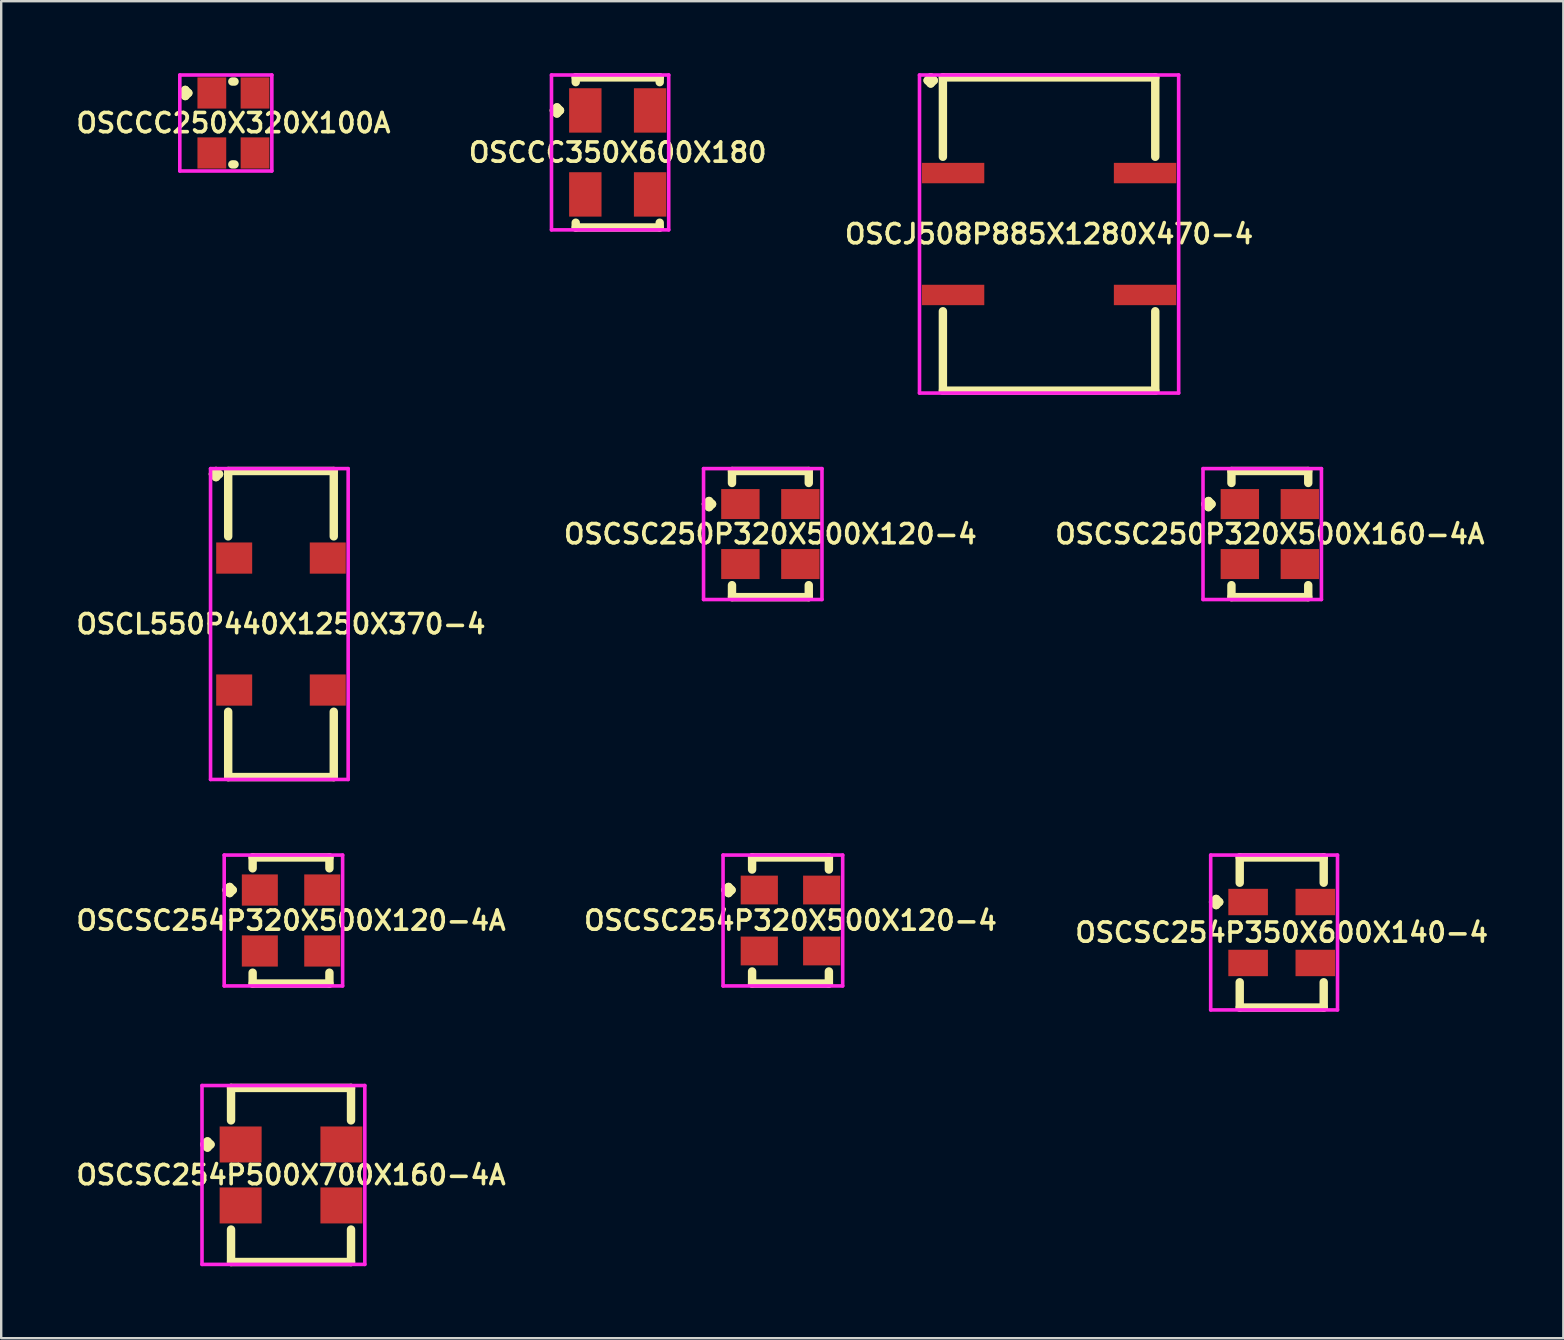
<source format=kicad_pcb>
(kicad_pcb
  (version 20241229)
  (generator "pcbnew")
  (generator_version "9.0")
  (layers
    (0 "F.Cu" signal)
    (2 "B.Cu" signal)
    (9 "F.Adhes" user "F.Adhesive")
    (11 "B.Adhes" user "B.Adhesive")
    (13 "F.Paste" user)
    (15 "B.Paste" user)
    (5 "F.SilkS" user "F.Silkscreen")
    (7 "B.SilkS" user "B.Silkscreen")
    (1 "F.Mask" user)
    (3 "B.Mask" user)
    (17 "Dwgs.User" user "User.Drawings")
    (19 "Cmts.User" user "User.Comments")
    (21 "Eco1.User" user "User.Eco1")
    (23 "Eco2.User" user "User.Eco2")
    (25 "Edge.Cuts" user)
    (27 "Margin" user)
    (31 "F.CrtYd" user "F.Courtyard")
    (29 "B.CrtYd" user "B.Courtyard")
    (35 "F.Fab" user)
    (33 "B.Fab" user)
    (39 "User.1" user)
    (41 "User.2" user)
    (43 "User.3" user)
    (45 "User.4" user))
  (footprint "OSCL550P440X1250X370-4"
    (layer "F.Cu")
    (at 8.659 22.956)
    (property "Reference" "OSCL550P440X1250X370-4" (at 0 0 0) (layer "F.SilkS") (effects (font (size 0.8 0.8) (thickness 0.15))))
    (attr smd)
    (fp_line (start -2.835 -6.25) (end -2.708 -6.377) (stroke (width 0.35) (type solid)) (layer "F.SilkS"))
    (fp_line (start -2.708 -6.377) (end -2.581 -6.25) (stroke (width 0.35) (type solid)) (layer "F.SilkS"))
    (fp_line (start -2.708 -6.123) (end -2.835 -6.25) (stroke (width 0.35) (type solid)) (layer "F.SilkS"))
    (fp_line (start -2.581 -6.25) (end -2.708 -6.123) (stroke (width 0.35) (type solid)) (layer "F.SilkS"))
    (fp_line (start -2.2 -6.377) (end 2.2 -6.377) (stroke (width 0.35) (type solid)) (layer "F.SilkS"))
    (fp_line (start -2.2 -3.654) (end -2.2 -6.377) (stroke (width 0.35) (type solid)) (layer "F.SilkS"))
    (fp_line (start -2.2 3.654) (end -2.2 6.377) (stroke (width 0.35) (type solid)) (layer "F.SilkS"))
    (fp_line (start -2.2 6.377) (end 2.2 6.377) (stroke (width 0.35) (type solid)) (layer "F.SilkS"))
    (fp_line (start 2.2 -6.377) (end 2.2 -3.654) (stroke (width 0.35) (type solid)) (layer "F.SilkS"))
    (fp_line (start 2.2 6.377) (end 2.2 3.654) (stroke (width 0.35) (type solid)) (layer "F.SilkS"))
    (fp_line (start -2.935 -6.477) (end 2.8 -6.477) (stroke (width 0.15) (type solid)) (layer "F.CrtYd"))
    (fp_line (start -2.935 6.477) (end -2.935 -6.477) (stroke (width 0.15) (type solid)) (layer "F.CrtYd"))
    (fp_line (start 2.8 -6.477) (end 2.8 6.477) (stroke (width 0.15) (type solid)) (layer "F.CrtYd"))
    (fp_line (start 2.8 6.477) (end -2.935 6.477) (stroke (width 0.15) (type solid)) (layer "F.CrtYd"))
    (pad "1" smd rect (at -1.95 -2.75) (size 1.5 1.3) (layers "F.Cu" "F.Mask" "F.Paste"))
    (pad "2" smd rect (at -1.95 2.75) (size 1.5 1.3) (layers "F.Cu" "F.Mask" "F.Paste"))
    (pad "3" smd rect (at 1.95 2.75) (size 1.5 1.3) (layers "F.Cu" "F.Mask" "F.Paste"))
    (pad "4" smd rect (at 1.95 -2.75) (size 1.5 1.3) (layers "F.Cu" "F.Mask" "F.Paste")))
  (footprint "OSCJ508P885X1280X470-4"
    (layer "F.Cu")
    (at 40.668 6.702)
    (property "Reference" "OSCJ508P885X1280X470-4" (at 0 0 0) (layer "F.SilkS") (effects (font (size 0.8 0.8) (thickness 0.15))))
    (attr smd)
    (fp_line (start -5.06 -6.4) (end -4.933 -6.527) (stroke (width 0.35) (type solid)) (layer "F.SilkS"))
    (fp_line (start -4.933 -6.527) (end -4.806 -6.4) (stroke (width 0.35) (type solid)) (layer "F.SilkS"))
    (fp_line (start -4.933 -6.273) (end -5.06 -6.4) (stroke (width 0.35) (type solid)) (layer "F.SilkS"))
    (fp_line (start -4.806 -6.4) (end -4.933 -6.273) (stroke (width 0.35) (type solid)) (layer "F.SilkS"))
    (fp_line (start -4.425 -6.527) (end 4.425 -6.527) (stroke (width 0.35) (type solid)) (layer "F.SilkS"))
    (fp_line (start -4.425 -3.219) (end -4.425 -6.527) (stroke (width 0.35) (type solid)) (layer "F.SilkS"))
    (fp_line (start -4.425 3.219) (end -4.425 6.527) (stroke (width 0.35) (type solid)) (layer "F.SilkS"))
    (fp_line (start -4.425 6.527) (end 4.425 6.527) (stroke (width 0.35) (type solid)) (layer "F.SilkS"))
    (fp_line (start 4.425 -6.527) (end 4.425 -3.219) (stroke (width 0.35) (type solid)) (layer "F.SilkS"))
    (fp_line (start 4.425 6.527) (end 4.425 3.219) (stroke (width 0.35) (type solid)) (layer "F.SilkS"))
    (fp_line (start -5.4 -6.627) (end 5.4 -6.627) (stroke (width 0.15) (type solid)) (layer "F.CrtYd"))
    (fp_line (start -5.4 6.627) (end -5.4 -6.627) (stroke (width 0.15) (type solid)) (layer "F.CrtYd"))
    (fp_line (start 5.4 -6.627) (end 5.4 6.627) (stroke (width 0.15) (type solid)) (layer "F.CrtYd"))
    (fp_line (start 5.4 6.627) (end -5.4 6.627) (stroke (width 0.15) (type solid)) (layer "F.CrtYd"))
    (pad "1" smd rect (at -4 -2.54) (size 2.6 0.85) (layers "F.Cu" "F.Mask" "F.Paste"))
    (pad "2" smd rect (at -4 2.54) (size 2.6 0.85) (layers "F.Cu" "F.Mask" "F.Paste"))
    (pad "3" smd rect (at 4 2.54) (size 2.6 0.85) (layers "F.Cu" "F.Mask" "F.Paste"))
    (pad "4" smd rect (at 4 -2.54) (size 2.6 0.85) (layers "F.Cu" "F.Mask" "F.Paste")))
  (footprint "OSCSC254P350X600X140-4"
    (layer "F.Cu")
    (at 50.363 35.81)
    (property "Reference" "OSCSC254P350X600X140-4" (at 0 0 0) (layer "F.SilkS") (effects (font (size 0.8 0.8) (thickness 0.15))))
    (attr smd)
    (fp_line (start -2.86 -1.27) (end -2.733 -1.397) (stroke (width 0.35) (type solid)) (layer "F.SilkS"))
    (fp_line (start -2.733 -1.397) (end -2.606 -1.27) (stroke (width 0.35) (type solid)) (layer "F.SilkS"))
    (fp_line (start -2.733 -1.143) (end -2.86 -1.27) (stroke (width 0.35) (type solid)) (layer "F.SilkS"))
    (fp_line (start -2.606 -1.27) (end -2.733 -1.143) (stroke (width 0.35) (type solid)) (layer "F.SilkS"))
    (fp_line (start -1.75 -3.127) (end 1.75 -3.127) (stroke (width 0.35) (type solid)) (layer "F.SilkS"))
    (fp_line (start -1.75 -2.074) (end -1.75 -3.127) (stroke (width 0.35) (type solid)) (layer "F.SilkS"))
    (fp_line (start -1.75 2.074) (end -1.75 3.127) (stroke (width 0.35) (type solid)) (layer "F.SilkS"))
    (fp_line (start -1.75 3.127) (end 1.75 3.127) (stroke (width 0.35) (type solid)) (layer "F.SilkS"))
    (fp_line (start 1.75 -3.127) (end 1.75 -2.074) (stroke (width 0.35) (type solid)) (layer "F.SilkS"))
    (fp_line (start 1.75 3.127) (end 1.75 2.074) (stroke (width 0.35) (type solid)) (layer "F.SilkS"))
    (fp_line (start -2.96 -3.227) (end 2.325 -3.227) (stroke (width 0.15) (type solid)) (layer "F.CrtYd"))
    (fp_line (start -2.96 3.227) (end -2.96 -3.227) (stroke (width 0.15) (type solid)) (layer "F.CrtYd"))
    (fp_line (start 2.325 -3.227) (end 2.325 3.227) (stroke (width 0.15) (type solid)) (layer "F.CrtYd"))
    (fp_line (start 2.325 3.227) (end -2.96 3.227) (stroke (width 0.15) (type solid)) (layer "F.CrtYd"))
    (pad "1" smd rect (at -1.4 -1.27) (size 1.65 1.1) (layers "F.Cu" "F.Mask" "F.Paste"))
    (pad "2" smd rect (at -1.4 1.27) (size 1.65 1.1) (layers "F.Cu" "F.Mask" "F.Paste"))
    (pad "3" smd rect (at 1.4 1.27) (size 1.65 1.1) (layers "F.Cu" "F.Mask" "F.Paste"))
    (pad "4" smd rect (at 1.4 -1.27) (size 1.65 1.1) (layers "F.Cu" "F.Mask" "F.Paste")))
  (footprint "OSCSC250P320X500X120-4"
    (layer "F.Cu")
    (at 29.054 19.206)
    (property "Reference" "OSCSC250P320X500X120-4" (at 0 0 0) (layer "F.SilkS") (effects (font (size 0.8 0.8) (thickness 0.15))))
    (attr smd)
    (fp_line (start -2.685 -1.25) (end -2.558 -1.377) (stroke (width 0.35) (type solid)) (layer "F.SilkS"))
    (fp_line (start -2.558 -1.377) (end -2.431 -1.25) (stroke (width 0.35) (type solid)) (layer "F.SilkS"))
    (fp_line (start -2.558 -1.123) (end -2.685 -1.25) (stroke (width 0.35) (type solid)) (layer "F.SilkS"))
    (fp_line (start -2.431 -1.25) (end -2.558 -1.123) (stroke (width 0.35) (type solid)) (layer "F.SilkS"))
    (fp_line (start -1.6 -2.627) (end 1.6 -2.627) (stroke (width 0.35) (type solid)) (layer "F.SilkS"))
    (fp_line (start -1.6 -2.129) (end -1.6 -2.627) (stroke (width 0.35) (type solid)) (layer "F.SilkS"))
    (fp_line (start -1.6 2.129) (end -1.6 2.627) (stroke (width 0.35) (type solid)) (layer "F.SilkS"))
    (fp_line (start -1.6 2.627) (end 1.6 2.627) (stroke (width 0.35) (type solid)) (layer "F.SilkS"))
    (fp_line (start 1.6 -2.627) (end 1.6 -2.129) (stroke (width 0.35) (type solid)) (layer "F.SilkS"))
    (fp_line (start 1.6 2.627) (end 1.6 2.129) (stroke (width 0.35) (type solid)) (layer "F.SilkS"))
    (fp_line (start -2.785 -2.727) (end 2.15 -2.727) (stroke (width 0.15) (type solid)) (layer "F.CrtYd"))
    (fp_line (start -2.785 2.727) (end -2.785 -2.727) (stroke (width 0.15) (type solid)) (layer "F.CrtYd"))
    (fp_line (start 2.15 -2.727) (end 2.15 2.727) (stroke (width 0.15) (type solid)) (layer "F.CrtYd"))
    (fp_line (start 2.15 2.727) (end -2.785 2.727) (stroke (width 0.15) (type solid)) (layer "F.CrtYd"))
    (pad "1" smd rect (at -1.25 -1.25) (size 1.6 1.25) (layers "F.Cu" "F.Mask" "F.Paste"))
    (pad "2" smd rect (at -1.25 1.25) (size 1.6 1.25) (layers "F.Cu" "F.Mask" "F.Paste"))
    (pad "3" smd rect (at 1.25 1.25) (size 1.6 1.25) (layers "F.Cu" "F.Mask" "F.Paste"))
    (pad "4" smd rect (at 1.25 -1.25) (size 1.6 1.25) (layers "F.Cu" "F.Mask" "F.Paste")))
  (footprint "OSCSC250P320X500X160-4A"
    (layer "F.Cu")
    (at 49.868 19.206)
    (property "Reference" "OSCSC250P320X500X160-4A" (at 0 0 0) (layer "F.SilkS") (effects (font (size 0.8 0.8) (thickness 0.15))))
    (attr smd)
    (fp_line (start -2.685 -1.25) (end -2.558 -1.377) (stroke (width 0.35) (type solid)) (layer "F.SilkS"))
    (fp_line (start -2.558 -1.377) (end -2.431 -1.25) (stroke (width 0.35) (type solid)) (layer "F.SilkS"))
    (fp_line (start -2.558 -1.123) (end -2.685 -1.25) (stroke (width 0.35) (type solid)) (layer "F.SilkS"))
    (fp_line (start -2.431 -1.25) (end -2.558 -1.123) (stroke (width 0.35) (type solid)) (layer "F.SilkS"))
    (fp_line (start -1.6 -2.627) (end 1.6 -2.627) (stroke (width 0.35) (type solid)) (layer "F.SilkS"))
    (fp_line (start -1.6 -2.129) (end -1.6 -2.627) (stroke (width 0.35) (type solid)) (layer "F.SilkS"))
    (fp_line (start -1.6 2.129) (end -1.6 2.627) (stroke (width 0.35) (type solid)) (layer "F.SilkS"))
    (fp_line (start -1.6 2.627) (end 1.6 2.627) (stroke (width 0.35) (type solid)) (layer "F.SilkS"))
    (fp_line (start 1.6 -2.627) (end 1.6 -2.129) (stroke (width 0.35) (type solid)) (layer "F.SilkS"))
    (fp_line (start 1.6 2.627) (end 1.6 2.129) (stroke (width 0.35) (type solid)) (layer "F.SilkS"))
    (fp_line (start -2.785 -2.727) (end 2.15 -2.727) (stroke (width 0.15) (type solid)) (layer "F.CrtYd"))
    (fp_line (start -2.785 2.727) (end -2.785 -2.727) (stroke (width 0.15) (type solid)) (layer "F.CrtYd"))
    (fp_line (start 2.15 -2.727) (end 2.15 2.727) (stroke (width 0.15) (type solid)) (layer "F.CrtYd"))
    (fp_line (start 2.15 2.727) (end -2.785 2.727) (stroke (width 0.15) (type solid)) (layer "F.CrtYd"))
    (pad "1" smd rect (at -1.25 -1.25) (size 1.6 1.25) (layers "F.Cu" "F.Mask" "F.Paste"))
    (pad "2" smd rect (at -1.25 1.25) (size 1.6 1.25) (layers "F.Cu" "F.Mask" "F.Paste"))
    (pad "3" smd rect (at 1.25 1.25) (size 1.6 1.25) (layers "F.Cu" "F.Mask" "F.Paste"))
    (pad "4" smd rect (at 1.25 -1.25) (size 1.6 1.25) (layers "F.Cu" "F.Mask" "F.Paste")))
  (footprint "OSCSC254P500X700X160-4A"
    (layer "F.Cu")
    (at 9.078 45.914)
    (property "Reference" "OSCSC254P500X700X160-4A" (at 0 0 0) (layer "F.SilkS") (effects (font (size 0.8 0.8) (thickness 0.15))))
    (attr smd)
    (fp_line (start -3.61 -1.27) (end -3.483 -1.397) (stroke (width 0.35) (type solid)) (layer "F.SilkS"))
    (fp_line (start -3.483 -1.397) (end -3.356 -1.27) (stroke (width 0.35) (type solid)) (layer "F.SilkS"))
    (fp_line (start -3.483 -1.143) (end -3.61 -1.27) (stroke (width 0.35) (type solid)) (layer "F.SilkS"))
    (fp_line (start -3.356 -1.27) (end -3.483 -1.143) (stroke (width 0.35) (type solid)) (layer "F.SilkS"))
    (fp_line (start -2.5 -3.627) (end 2.5 -3.627) (stroke (width 0.35) (type solid)) (layer "F.SilkS"))
    (fp_line (start -2.5 -2.274) (end -2.5 -3.627) (stroke (width 0.35) (type solid)) (layer "F.SilkS"))
    (fp_line (start -2.5 2.274) (end -2.5 3.627) (stroke (width 0.35) (type solid)) (layer "F.SilkS"))
    (fp_line (start -2.5 3.627) (end 2.5 3.627) (stroke (width 0.35) (type solid)) (layer "F.SilkS"))
    (fp_line (start 2.5 -3.627) (end 2.5 -2.274) (stroke (width 0.35) (type solid)) (layer "F.SilkS"))
    (fp_line (start 2.5 3.627) (end 2.5 2.274) (stroke (width 0.35) (type solid)) (layer "F.SilkS"))
    (fp_line (start -3.71 -3.727) (end 3.075 -3.727) (stroke (width 0.15) (type solid)) (layer "F.CrtYd"))
    (fp_line (start -3.71 3.727) (end -3.71 -3.727) (stroke (width 0.15) (type solid)) (layer "F.CrtYd"))
    (fp_line (start 3.075 -3.727) (end 3.075 3.727) (stroke (width 0.15) (type solid)) (layer "F.CrtYd"))
    (fp_line (start 3.075 3.727) (end -3.71 3.727) (stroke (width 0.15) (type solid)) (layer "F.CrtYd"))
    (pad "1" smd rect (at -2.1 -1.27) (size 1.75 1.5) (layers "F.Cu" "F.Mask" "F.Paste"))
    (pad "2" smd rect (at -2.1 1.27) (size 1.75 1.5) (layers "F.Cu" "F.Mask" "F.Paste"))
    (pad "3" smd rect (at 2.1 1.27) (size 1.75 1.5) (layers "F.Cu" "F.Mask" "F.Paste"))
    (pad "4" smd rect (at 2.1 -1.27) (size 1.75 1.5) (layers "F.Cu" "F.Mask" "F.Paste")))
  (footprint "OSCSC254P320X500X120-4A"
    (layer "F.Cu")
    (at 9.078 35.31)
    (property "Reference" "OSCSC254P320X500X120-4A" (at 0 0 0) (layer "F.SilkS") (effects (font (size 0.8 0.8) (thickness 0.15))))
    (attr smd)
    (fp_line (start -2.685 -1.27) (end -2.558 -1.397) (stroke (width 0.35) (type solid)) (layer "F.SilkS"))
    (fp_line (start -2.558 -1.397) (end -2.431 -1.27) (stroke (width 0.35) (type solid)) (layer "F.SilkS"))
    (fp_line (start -2.558 -1.143) (end -2.685 -1.27) (stroke (width 0.35) (type solid)) (layer "F.SilkS"))
    (fp_line (start -2.431 -1.27) (end -2.558 -1.143) (stroke (width 0.35) (type solid)) (layer "F.SilkS"))
    (fp_line (start -1.6 -2.627) (end 1.6 -2.627) (stroke (width 0.35) (type solid)) (layer "F.SilkS"))
    (fp_line (start -1.6 -2.174) (end -1.6 -2.627) (stroke (width 0.35) (type solid)) (layer "F.SilkS"))
    (fp_line (start -1.6 2.174) (end -1.6 2.627) (stroke (width 0.35) (type solid)) (layer "F.SilkS"))
    (fp_line (start -1.6 2.627) (end 1.6 2.627) (stroke (width 0.35) (type solid)) (layer "F.SilkS"))
    (fp_line (start 1.6 -2.627) (end 1.6 -2.174) (stroke (width 0.35) (type solid)) (layer "F.SilkS"))
    (fp_line (start 1.6 2.627) (end 1.6 2.174) (stroke (width 0.35) (type solid)) (layer "F.SilkS"))
    (fp_line (start -2.785 -2.727) (end 2.15 -2.727) (stroke (width 0.15) (type solid)) (layer "F.CrtYd"))
    (fp_line (start -2.785 2.727) (end -2.785 -2.727) (stroke (width 0.15) (type solid)) (layer "F.CrtYd"))
    (fp_line (start 2.15 -2.727) (end 2.15 2.727) (stroke (width 0.15) (type solid)) (layer "F.CrtYd"))
    (fp_line (start 2.15 2.727) (end -2.785 2.727) (stroke (width 0.15) (type solid)) (layer "F.CrtYd"))
    (pad "1" smd rect (at -1.3 -1.27) (size 1.5 1.3) (layers "F.Cu" "F.Mask" "F.Paste"))
    (pad "2" smd rect (at -1.3 1.27) (size 1.5 1.3) (layers "F.Cu" "F.Mask" "F.Paste"))
    (pad "3" smd rect (at 1.3 1.27) (size 1.5 1.3) (layers "F.Cu" "F.Mask" "F.Paste"))
    (pad "4" smd rect (at 1.3 -1.27) (size 1.5 1.3) (layers "F.Cu" "F.Mask" "F.Paste")))
  (footprint "OSCSC254P320X500X120-4"
    (layer "F.Cu")
    (at 29.892 35.31)
    (property "Reference" "OSCSC254P320X500X120-4" (at 0 0 0) (layer "F.SilkS") (effects (font (size 0.8 0.8) (thickness 0.15))))
    (attr smd)
    (fp_line (start -2.71 -1.27) (end -2.583 -1.397) (stroke (width 0.35) (type solid)) (layer "F.SilkS"))
    (fp_line (start -2.583 -1.397) (end -2.456 -1.27) (stroke (width 0.35) (type solid)) (layer "F.SilkS"))
    (fp_line (start -2.583 -1.143) (end -2.71 -1.27) (stroke (width 0.35) (type solid)) (layer "F.SilkS"))
    (fp_line (start -2.456 -1.27) (end -2.583 -1.143) (stroke (width 0.35) (type solid)) (layer "F.SilkS"))
    (fp_line (start -1.6 -2.627) (end 1.6 -2.627) (stroke (width 0.35) (type solid)) (layer "F.SilkS"))
    (fp_line (start -1.6 -2.124) (end -1.6 -2.627) (stroke (width 0.35) (type solid)) (layer "F.SilkS"))
    (fp_line (start -1.6 2.124) (end -1.6 2.627) (stroke (width 0.35) (type solid)) (layer "F.SilkS"))
    (fp_line (start -1.6 2.627) (end 1.6 2.627) (stroke (width 0.35) (type solid)) (layer "F.SilkS"))
    (fp_line (start 1.6 -2.627) (end 1.6 -2.124) (stroke (width 0.35) (type solid)) (layer "F.SilkS"))
    (fp_line (start 1.6 2.627) (end 1.6 2.124) (stroke (width 0.35) (type solid)) (layer "F.SilkS"))
    (fp_line (start -2.81 -2.727) (end 2.175 -2.727) (stroke (width 0.15) (type solid)) (layer "F.CrtYd"))
    (fp_line (start -2.81 2.727) (end -2.81 -2.727) (stroke (width 0.15) (type solid)) (layer "F.CrtYd"))
    (fp_line (start 2.175 -2.727) (end 2.175 2.727) (stroke (width 0.15) (type solid)) (layer "F.CrtYd"))
    (fp_line (start 2.175 2.727) (end -2.81 2.727) (stroke (width 0.15) (type solid)) (layer "F.CrtYd"))
    (pad "1" smd rect (at -1.3 -1.27) (size 1.55 1.2) (layers "F.Cu" "F.Mask" "F.Paste"))
    (pad "2" smd rect (at -1.3 1.27) (size 1.55 1.2) (layers "F.Cu" "F.Mask" "F.Paste"))
    (pad "3" smd rect (at 1.3 1.27) (size 1.55 1.2) (layers "F.Cu" "F.Mask" "F.Paste"))
    (pad "4" smd rect (at 1.3 -1.27) (size 1.55 1.2) (layers "F.Cu" "F.Mask" "F.Paste")))
  (footprint "OSCCC250X320X100A"
    (layer "F.Cu")
    (at 6.678 2.075)
    (property "Reference" "OSCCC250X320X100A" (at 0 0 0) (layer "F.SilkS") (effects (font (size 0.8 0.8) (thickness 0.15))))
    (attr smd)
    (fp_line (start -2.135 -1.25) (end -2.008 -1.377) (stroke (width 0.35) (type solid)) (layer "F.SilkS"))
    (fp_line (start -2.008 -1.377) (end -1.881 -1.25) (stroke (width 0.35) (type solid)) (layer "F.SilkS"))
    (fp_line (start -2.008 -1.123) (end -2.135 -1.25) (stroke (width 0.35) (type solid)) (layer "F.SilkS"))
    (fp_line (start -1.881 -1.25) (end -2.008 -1.123) (stroke (width 0.35) (type solid)) (layer "F.SilkS"))
    (fp_line (start -0.046 -1.727) (end 0.046 -1.727) (stroke (width 0.35) (type solid)) (layer "F.SilkS"))
    (fp_line (start -0.046 1.727) (end 0.046 1.727) (stroke (width 0.35) (type solid)) (layer "F.SilkS"))
    (fp_line (start -2.235 -2) (end 1.6 -2) (stroke (width 0.15) (type solid)) (layer "F.CrtYd"))
    (fp_line (start -2.235 2) (end -2.235 -2) (stroke (width 0.15) (type solid)) (layer "F.CrtYd"))
    (fp_line (start 1.6 -2) (end 1.6 2) (stroke (width 0.15) (type solid)) (layer "F.CrtYd"))
    (fp_line (start 1.6 2) (end -2.235 2) (stroke (width 0.15) (type solid)) (layer "F.CrtYd"))
    (pad "1" smd rect (at -0.9 -1.25) (size 1.2 1.3) (layers "F.Cu" "F.Mask" "F.Paste"))
    (pad "2" smd rect (at -0.9 1.25) (size 1.2 1.3) (layers "F.Cu" "F.Mask" "F.Paste"))
    (pad "3" smd rect (at 0.9 1.25) (size 1.2 1.3) (layers "F.Cu" "F.Mask" "F.Paste"))
    (pad "4" smd rect (at 0.9 -1.25) (size 1.2 1.3) (layers "F.Cu" "F.Mask" "F.Paste")))
  (footprint "OSCCC350X600X180"
    (layer "F.Cu")
    (at 22.692 3.302)
    (property "Reference" "OSCCC350X600X180" (at 0 0 0) (layer "F.SilkS") (effects (font (size 0.8 0.8) (thickness 0.15))))
    (attr smd)
    (fp_line (start -2.66 -1.75) (end -2.533 -1.877) (stroke (width 0.35) (type solid)) (layer "F.SilkS"))
    (fp_line (start -2.533 -1.877) (end -2.406 -1.75) (stroke (width 0.35) (type solid)) (layer "F.SilkS"))
    (fp_line (start -2.533 -1.623) (end -2.66 -1.75) (stroke (width 0.35) (type solid)) (layer "F.SilkS"))
    (fp_line (start -2.406 -1.75) (end -2.533 -1.623) (stroke (width 0.35) (type solid)) (layer "F.SilkS"))
    (fp_line (start -1.75 -3.127) (end 1.75 -3.127) (stroke (width 0.35) (type solid)) (layer "F.SilkS"))
    (fp_line (start -1.75 -2.929) (end -1.75 -3.127) (stroke (width 0.35) (type solid)) (layer "F.SilkS"))
    (fp_line (start -1.75 2.929) (end -1.75 3.127) (stroke (width 0.35) (type solid)) (layer "F.SilkS"))
    (fp_line (start -1.75 3.127) (end 1.75 3.127) (stroke (width 0.35) (type solid)) (layer "F.SilkS"))
    (fp_line (start 1.75 -3.127) (end 1.75 -2.929) (stroke (width 0.35) (type solid)) (layer "F.SilkS"))
    (fp_line (start 1.75 3.127) (end 1.75 2.929) (stroke (width 0.35) (type solid)) (layer "F.SilkS"))
    (fp_line (start -2.76 -3.227) (end 2.125 -3.227) (stroke (width 0.15) (type solid)) (layer "F.CrtYd"))
    (fp_line (start -2.76 3.227) (end -2.76 -3.227) (stroke (width 0.15) (type solid)) (layer "F.CrtYd"))
    (fp_line (start 2.125 -3.227) (end 2.125 3.227) (stroke (width 0.15) (type solid)) (layer "F.CrtYd"))
    (fp_line (start 2.125 3.227) (end -2.76 3.227) (stroke (width 0.15) (type solid)) (layer "F.CrtYd"))
    (pad "1" smd rect (at -1.35 -1.75) (size 1.35 1.85) (layers "F.Cu" "F.Mask" "F.Paste"))
    (pad "2" smd rect (at -1.35 1.75) (size 1.35 1.85) (layers "F.Cu" "F.Mask" "F.Paste"))
    (pad "3" smd rect (at 1.35 1.75) (size 1.35 1.85) (layers "F.Cu" "F.Mask" "F.Paste"))
    (pad "4" smd rect (at 1.35 -1.75) (size 1.35 1.85) (layers "F.Cu" "F.Mask" "F.Paste")))
  (gr_rect
    (start -3 -3)
    (end 62.099 52.716)
    (stroke (width 0.1) (type default))
    (fill no)
    (layer "Edge.Cuts")))
</source>
